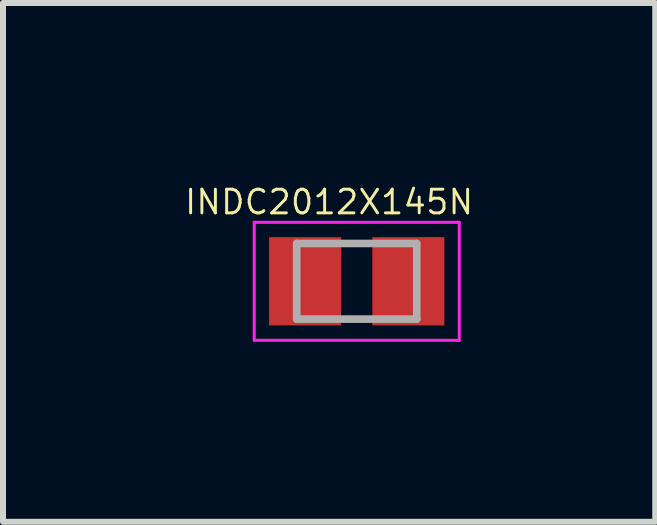
<source format=kicad_pcb>
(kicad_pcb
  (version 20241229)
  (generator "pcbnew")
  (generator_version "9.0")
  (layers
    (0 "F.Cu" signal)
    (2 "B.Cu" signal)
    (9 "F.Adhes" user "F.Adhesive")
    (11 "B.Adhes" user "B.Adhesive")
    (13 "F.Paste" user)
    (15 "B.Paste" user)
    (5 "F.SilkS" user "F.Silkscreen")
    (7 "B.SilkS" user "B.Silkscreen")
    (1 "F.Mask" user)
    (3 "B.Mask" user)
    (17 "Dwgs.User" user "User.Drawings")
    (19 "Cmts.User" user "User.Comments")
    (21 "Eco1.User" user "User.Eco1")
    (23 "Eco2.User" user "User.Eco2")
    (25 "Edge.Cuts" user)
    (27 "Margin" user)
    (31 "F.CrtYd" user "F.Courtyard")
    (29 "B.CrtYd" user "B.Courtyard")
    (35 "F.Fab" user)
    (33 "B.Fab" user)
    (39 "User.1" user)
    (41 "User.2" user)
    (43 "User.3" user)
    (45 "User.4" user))
  (footprint "INDC2012X145N"
    (layer "F.Cu")
    (at 2.894 1.637)
    (property "Reference" "INDC2012X145N" (at -0.46 -1.32 0) (layer "F.SilkS") (effects (font (size 0.394 0.394) (thickness 0.049))))
    (attr smd)
    (fp_line (start -1.708 -0.983) (end 1.708 -0.983) (stroke (width 0.05) (type solid)) (layer "F.CrtYd"))
    (fp_line (start -1.708 0.983) (end -1.708 -0.983) (stroke (width 0.05) (type solid)) (layer "F.CrtYd"))
    (fp_line (start -1.708 0.983) (end 1.708 0.983) (stroke (width 0.05) (type solid)) (layer "F.CrtYd"))
    (fp_line (start 1.708 0.983) (end 1.708 -0.983) (stroke (width 0.05) (type solid)) (layer "F.CrtYd"))
    (fp_line (start -1 0.63) (end -1 -0.63) (stroke (width 0.127) (type solid)) (layer "F.Fab"))
    (fp_line (start 1 -0.63) (end -1 -0.63) (stroke (width 0.127) (type solid)) (layer "F.Fab"))
    (fp_line (start 1 0.63) (end -1 0.63) (stroke (width 0.127) (type solid)) (layer "F.Fab"))
    (fp_line (start 1 0.63) (end 1 -0.63) (stroke (width 0.127) (type solid)) (layer "F.Fab"))
    (pad "1" smd rect (at -0.86 0) (size 1.2 1.47) (layers "F.Cu" "F.Mask" "F.Paste"))
    (pad "2" smd rect (at 0.86 0) (size 1.2 1.47) (layers "F.Cu" "F.Mask" "F.Paste")))
  (gr_rect
    (start -3 -3)
    (end 7.868 5.645)
    (stroke (width 0.1) (type default))
    (fill no)
    (layer "Edge.Cuts")))
</source>
